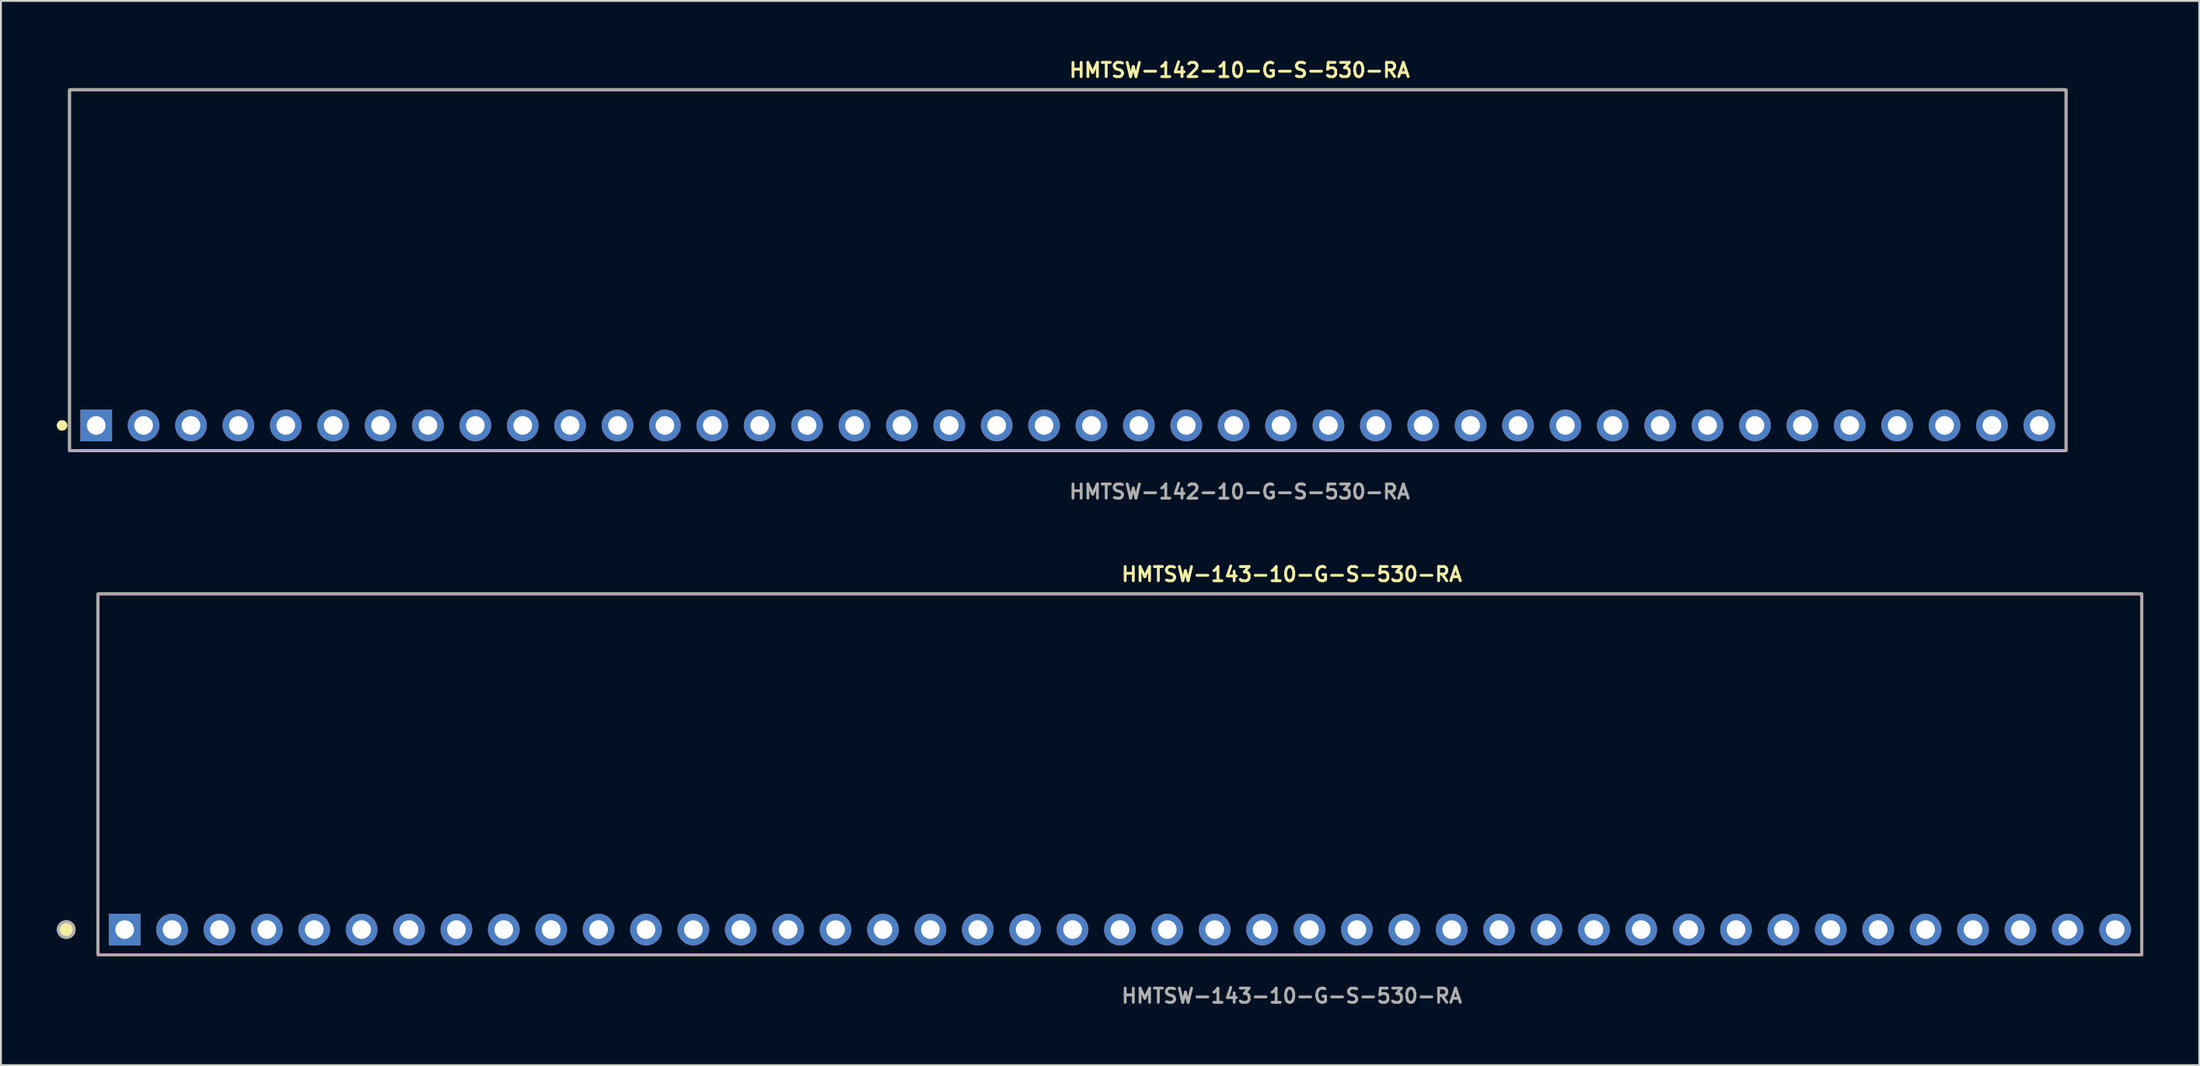
<source format=kicad_pcb>
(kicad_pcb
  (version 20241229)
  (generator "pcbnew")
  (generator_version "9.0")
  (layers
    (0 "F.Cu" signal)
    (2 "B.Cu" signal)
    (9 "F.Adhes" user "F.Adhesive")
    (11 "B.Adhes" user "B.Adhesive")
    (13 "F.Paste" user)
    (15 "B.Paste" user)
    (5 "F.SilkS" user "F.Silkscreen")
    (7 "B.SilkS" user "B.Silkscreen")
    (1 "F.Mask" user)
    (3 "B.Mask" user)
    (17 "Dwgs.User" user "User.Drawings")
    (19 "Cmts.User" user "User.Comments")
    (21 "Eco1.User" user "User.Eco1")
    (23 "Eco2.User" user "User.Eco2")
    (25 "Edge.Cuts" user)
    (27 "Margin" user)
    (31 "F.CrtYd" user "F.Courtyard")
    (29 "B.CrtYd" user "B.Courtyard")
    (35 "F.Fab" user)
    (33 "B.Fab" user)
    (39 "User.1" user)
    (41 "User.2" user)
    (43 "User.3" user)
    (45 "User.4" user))
  (footprint "HMTSW-143-10-G-S-530-RA"
    (layer "F.Cu")
    (at 56.971 46.796)
    (property "Reference" "HMTSW-143-10-G-S-530-RA" (at 0 -19.05 0) (unlocked yes) (layer "F.SilkS") (effects (font (size 0.762 0.762) (thickness 0.152)) (justify left)))
    (fp_rect (start -54.77 1.35) (end 54.77 -18) (stroke (width 0.152) (type solid)) (fill no) (layer "F.SilkS"))
    (fp_circle (center -56.47 0) (end -56.895 0) (stroke (width 0.152) (type solid)) (fill yes) (layer "F.SilkS"))
    (fp_rect (start -54.77 1.35) (end 54.77 -18) (stroke (width 0.006) (type solid)) (fill no) (layer "F.CrtYd"))
    (fp_rect (start -54.77 1.35) (end 54.77 -18) (stroke (width 0.152) (type solid)) (fill no) (layer "F.Fab"))
    (fp_circle (center -56.47 0) (end -56.895 0) (stroke (width 0.152) (type solid)) (fill no) (layer "F.Fab"))
    (fp_text user "${REFERENCE}" (at 0 3.556 0) (unlocked yes) (layer "F.Fab") (effects (font (size 0.762 0.762) (thickness 0.152)) (justify left)))
    (pad "1" thru_hole rect (at -53.34 0) (size 1.7 1.7) (drill 1) (layers "*.Cu" "*.Mask"))
    (pad "2" thru_hole circle (at -50.8 0) (size 1.7 1.7) (drill 1) (layers "*.Cu" "*.Mask"))
    (pad "3" thru_hole circle (at -48.26 0) (size 1.7 1.7) (drill 1) (layers "*.Cu" "*.Mask"))
    (pad "4" thru_hole circle (at -45.72 0) (size 1.7 1.7) (drill 1) (layers "*.Cu" "*.Mask"))
    (pad "5" thru_hole circle (at -43.18 0) (size 1.7 1.7) (drill 1) (layers "*.Cu" "*.Mask"))
    (pad "6" thru_hole circle (at -40.64 0) (size 1.7 1.7) (drill 1) (layers "*.Cu" "*.Mask"))
    (pad "7" thru_hole circle (at -38.1 0) (size 1.7 1.7) (drill 1) (layers "*.Cu" "*.Mask"))
    (pad "8" thru_hole circle (at -35.56 0) (size 1.7 1.7) (drill 1) (layers "*.Cu" "*.Mask"))
    (pad "9" thru_hole circle (at -33.02 0) (size 1.7 1.7) (drill 1) (layers "*.Cu" "*.Mask"))
    (pad "10" thru_hole circle (at -30.48 0) (size 1.7 1.7) (drill 1) (layers "*.Cu" "*.Mask"))
    (pad "11" thru_hole circle (at -27.94 0) (size 1.7 1.7) (drill 1) (layers "*.Cu" "*.Mask"))
    (pad "12" thru_hole circle (at -25.4 0) (size 1.7 1.7) (drill 1) (layers "*.Cu" "*.Mask"))
    (pad "13" thru_hole circle (at -22.86 0) (size 1.7 1.7) (drill 1) (layers "*.Cu" "*.Mask"))
    (pad "14" thru_hole circle (at -20.32 0) (size 1.7 1.7) (drill 1) (layers "*.Cu" "*.Mask"))
    (pad "15" thru_hole circle (at -17.78 0) (size 1.7 1.7) (drill 1) (layers "*.Cu" "*.Mask"))
    (pad "16" thru_hole circle (at -15.24 0) (size 1.7 1.7) (drill 1) (layers "*.Cu" "*.Mask"))
    (pad "17" thru_hole circle (at -12.7 0) (size 1.7 1.7) (drill 1) (layers "*.Cu" "*.Mask"))
    (pad "18" thru_hole circle (at -10.16 0) (size 1.7 1.7) (drill 1) (layers "*.Cu" "*.Mask"))
    (pad "19" thru_hole circle (at -7.62 0) (size 1.7 1.7) (drill 1) (layers "*.Cu" "*.Mask"))
    (pad "20" thru_hole circle (at -5.08 0) (size 1.7 1.7) (drill 1) (layers "*.Cu" "*.Mask"))
    (pad "21" thru_hole circle (at -2.54 0) (size 1.7 1.7) (drill 1) (layers "*.Cu" "*.Mask"))
    (pad "22" thru_hole circle (at 0 0) (size 1.7 1.7) (drill 1) (layers "*.Cu" "*.Mask"))
    (pad "23" thru_hole circle (at 2.54 0) (size 1.7 1.7) (drill 1) (layers "*.Cu" "*.Mask"))
    (pad "24" thru_hole circle (at 5.08 0) (size 1.7 1.7) (drill 1) (layers "*.Cu" "*.Mask"))
    (pad "25" thru_hole circle (at 7.62 0) (size 1.7 1.7) (drill 1) (layers "*.Cu" "*.Mask"))
    (pad "26" thru_hole circle (at 10.16 0) (size 1.7 1.7) (drill 1) (layers "*.Cu" "*.Mask"))
    (pad "27" thru_hole circle (at 12.7 0) (size 1.7 1.7) (drill 1) (layers "*.Cu" "*.Mask"))
    (pad "28" thru_hole circle (at 15.24 0) (size 1.7 1.7) (drill 1) (layers "*.Cu" "*.Mask"))
    (pad "29" thru_hole circle (at 17.78 0) (size 1.7 1.7) (drill 1) (layers "*.Cu" "*.Mask"))
    (pad "30" thru_hole circle (at 20.32 0) (size 1.7 1.7) (drill 1) (layers "*.Cu" "*.Mask"))
    (pad "31" thru_hole circle (at 22.86 0) (size 1.7 1.7) (drill 1) (layers "*.Cu" "*.Mask"))
    (pad "32" thru_hole circle (at 25.4 0) (size 1.7 1.7) (drill 1) (layers "*.Cu" "*.Mask"))
    (pad "33" thru_hole circle (at 27.94 0) (size 1.7 1.7) (drill 1) (layers "*.Cu" "*.Mask"))
    (pad "34" thru_hole circle (at 30.48 0) (size 1.7 1.7) (drill 1) (layers "*.Cu" "*.Mask"))
    (pad "35" thru_hole circle (at 33.02 0) (size 1.7 1.7) (drill 1) (layers "*.Cu" "*.Mask"))
    (pad "36" thru_hole circle (at 35.56 0) (size 1.7 1.7) (drill 1) (layers "*.Cu" "*.Mask"))
    (pad "37" thru_hole circle (at 38.1 0) (size 1.7 1.7) (drill 1) (layers "*.Cu" "*.Mask"))
    (pad "38" thru_hole circle (at 40.64 0) (size 1.7 1.7) (drill 1) (layers "*.Cu" "*.Mask"))
    (pad "39" thru_hole circle (at 43.18 0) (size 1.7 1.7) (drill 1) (layers "*.Cu" "*.Mask"))
    (pad "40" thru_hole circle (at 45.72 0) (size 1.7 1.7) (drill 1) (layers "*.Cu" "*.Mask"))
    (pad "41" thru_hole circle (at 48.26 0) (size 1.7 1.7) (drill 1) (layers "*.Cu" "*.Mask"))
    (pad "42" thru_hole circle (at 50.8 0) (size 1.7 1.7) (drill 1) (layers "*.Cu" "*.Mask"))
    (pad "43" thru_hole circle (at 53.34 0) (size 1.7 1.7) (drill 1) (layers "*.Cu" "*.Mask")))
  (footprint "HMTSW-142-10-G-S-530-RA"
    (layer "F.Cu")
    (at 54.176 19.763)
    (property "Reference" "HMTSW-142-10-G-S-530-RA" (at 0 -19.05 0) (unlocked yes) (layer "F.SilkS") (effects (font (size 0.762 0.762) (thickness 0.152)) (justify left)))
    (fp_rect (start -53.5 1.35) (end 53.5 -18) (stroke (width 0.152) (type solid)) (fill no) (layer "F.SilkS"))
    (fp_circle (center -53.9 0) (end -54.1 0) (stroke (width 0.152) (type solid)) (fill yes) (layer "F.SilkS"))
    (fp_circle (center -53.9 0) (end -54.1 0) (stroke (width 0.152) (type solid)) (fill yes) (layer "F.SilkS"))
    (fp_rect (start -53.5 1.35) (end 53.5 -18) (stroke (width 0.006) (type solid)) (fill no) (layer "F.CrtYd"))
    (fp_rect (start -53.5 1.35) (end 53.5 -18) (stroke (width 0.152) (type solid)) (fill no) (layer "F.Fab"))
    (fp_text user "${REFERENCE}" (at 0 3.556 0) (unlocked yes) (layer "F.Fab") (effects (font (size 0.762 0.762) (thickness 0.152)) (justify left)))
    (pad "1" thru_hole rect (at -52.07 0) (size 1.7 1.7) (drill 1) (layers "*.Cu" "*.Mask"))
    (pad "2" thru_hole circle (at -49.53 0) (size 1.7 1.7) (drill 1) (layers "*.Cu" "*.Mask"))
    (pad "3" thru_hole circle (at -46.99 0) (size 1.7 1.7) (drill 1) (layers "*.Cu" "*.Mask"))
    (pad "4" thru_hole circle (at -44.45 0) (size 1.7 1.7) (drill 1) (layers "*.Cu" "*.Mask"))
    (pad "5" thru_hole circle (at -41.91 0) (size 1.7 1.7) (drill 1) (layers "*.Cu" "*.Mask"))
    (pad "6" thru_hole circle (at -39.37 0) (size 1.7 1.7) (drill 1) (layers "*.Cu" "*.Mask"))
    (pad "7" thru_hole circle (at -36.83 0) (size 1.7 1.7) (drill 1) (layers "*.Cu" "*.Mask"))
    (pad "8" thru_hole circle (at -34.29 0) (size 1.7 1.7) (drill 1) (layers "*.Cu" "*.Mask"))
    (pad "9" thru_hole circle (at -31.75 0) (size 1.7 1.7) (drill 1) (layers "*.Cu" "*.Mask"))
    (pad "10" thru_hole circle (at -29.21 0) (size 1.7 1.7) (drill 1) (layers "*.Cu" "*.Mask"))
    (pad "11" thru_hole circle (at -26.67 0) (size 1.7 1.7) (drill 1) (layers "*.Cu" "*.Mask"))
    (pad "12" thru_hole circle (at -24.13 0) (size 1.7 1.7) (drill 1) (layers "*.Cu" "*.Mask"))
    (pad "13" thru_hole circle (at -21.59 0) (size 1.7 1.7) (drill 1) (layers "*.Cu" "*.Mask"))
    (pad "14" thru_hole circle (at -19.05 0) (size 1.7 1.7) (drill 1) (layers "*.Cu" "*.Mask"))
    (pad "15" thru_hole circle (at -16.51 0) (size 1.7 1.7) (drill 1) (layers "*.Cu" "*.Mask"))
    (pad "16" thru_hole circle (at -13.97 0) (size 1.7 1.7) (drill 1) (layers "*.Cu" "*.Mask"))
    (pad "17" thru_hole circle (at -11.43 0) (size 1.7 1.7) (drill 1) (layers "*.Cu" "*.Mask"))
    (pad "18" thru_hole circle (at -8.89 0) (size 1.7 1.7) (drill 1) (layers "*.Cu" "*.Mask"))
    (pad "19" thru_hole circle (at -6.35 0) (size 1.7 1.7) (drill 1) (layers "*.Cu" "*.Mask"))
    (pad "20" thru_hole circle (at -3.81 0) (size 1.7 1.7) (drill 1) (layers "*.Cu" "*.Mask"))
    (pad "21" thru_hole circle (at -1.27 0) (size 1.7 1.7) (drill 1) (layers "*.Cu" "*.Mask"))
    (pad "22" thru_hole circle (at 1.27 0) (size 1.7 1.7) (drill 1) (layers "*.Cu" "*.Mask"))
    (pad "23" thru_hole circle (at 3.81 0) (size 1.7 1.7) (drill 1) (layers "*.Cu" "*.Mask"))
    (pad "24" thru_hole circle (at 6.35 0) (size 1.7 1.7) (drill 1) (layers "*.Cu" "*.Mask"))
    (pad "25" thru_hole circle (at 8.89 0) (size 1.7 1.7) (drill 1) (layers "*.Cu" "*.Mask"))
    (pad "26" thru_hole circle (at 11.43 0) (size 1.7 1.7) (drill 1) (layers "*.Cu" "*.Mask"))
    (pad "27" thru_hole circle (at 13.97 0) (size 1.7 1.7) (drill 1) (layers "*.Cu" "*.Mask"))
    (pad "28" thru_hole circle (at 16.51 0) (size 1.7 1.7) (drill 1) (layers "*.Cu" "*.Mask"))
    (pad "29" thru_hole circle (at 19.05 0) (size 1.7 1.7) (drill 1) (layers "*.Cu" "*.Mask"))
    (pad "30" thru_hole circle (at 21.59 0) (size 1.7 1.7) (drill 1) (layers "*.Cu" "*.Mask"))
    (pad "31" thru_hole circle (at 24.13 0) (size 1.7 1.7) (drill 1) (layers "*.Cu" "*.Mask"))
    (pad "32" thru_hole circle (at 26.67 0) (size 1.7 1.7) (drill 1) (layers "*.Cu" "*.Mask"))
    (pad "33" thru_hole circle (at 29.21 0) (size 1.7 1.7) (drill 1) (layers "*.Cu" "*.Mask"))
    (pad "34" thru_hole circle (at 31.75 0) (size 1.7 1.7) (drill 1) (layers "*.Cu" "*.Mask"))
    (pad "35" thru_hole circle (at 34.29 0) (size 1.7 1.7) (drill 1) (layers "*.Cu" "*.Mask"))
    (pad "36" thru_hole circle (at 36.83 0) (size 1.7 1.7) (drill 1) (layers "*.Cu" "*.Mask"))
    (pad "37" thru_hole circle (at 39.37 0) (size 1.7 1.7) (drill 1) (layers "*.Cu" "*.Mask"))
    (pad "38" thru_hole circle (at 41.91 0) (size 1.7 1.7) (drill 1) (layers "*.Cu" "*.Mask"))
    (pad "39" thru_hole circle (at 44.45 0) (size 1.7 1.7) (drill 1) (layers "*.Cu" "*.Mask"))
    (pad "40" thru_hole circle (at 46.99 0) (size 1.7 1.7) (drill 1) (layers "*.Cu" "*.Mask"))
    (pad "41" thru_hole circle (at 49.53 0) (size 1.7 1.7) (drill 1) (layers "*.Cu" "*.Mask"))
    (pad "42" thru_hole circle (at 52.07 0) (size 1.7 1.7) (drill 1) (layers "*.Cu" "*.Mask")))
  (gr_rect
    (start -3 -3)
    (end 114.817 54.065)
    (stroke (width 0.1) (type default))
    (fill no)
    (layer "Edge.Cuts")))
</source>
